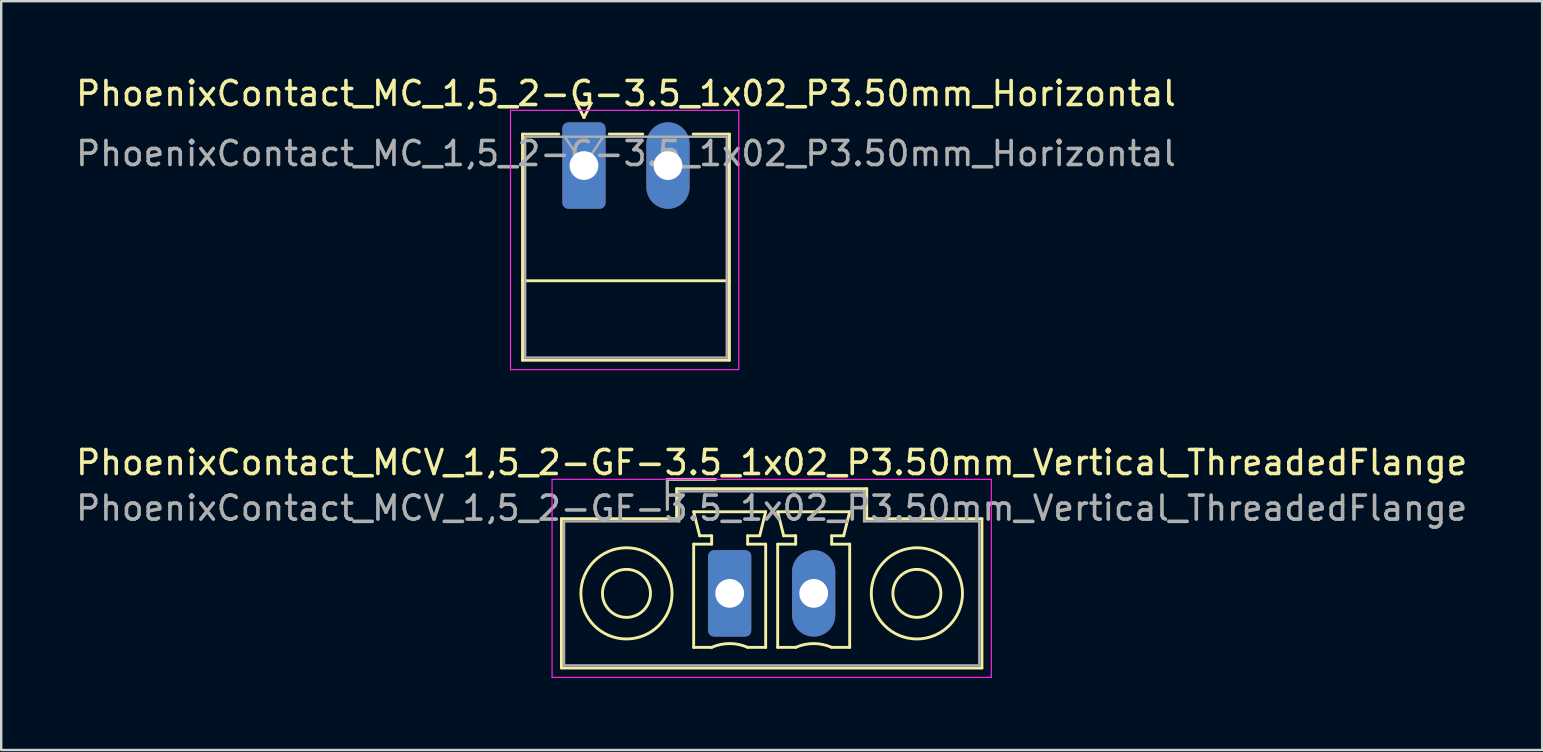
<source format=kicad_pcb>
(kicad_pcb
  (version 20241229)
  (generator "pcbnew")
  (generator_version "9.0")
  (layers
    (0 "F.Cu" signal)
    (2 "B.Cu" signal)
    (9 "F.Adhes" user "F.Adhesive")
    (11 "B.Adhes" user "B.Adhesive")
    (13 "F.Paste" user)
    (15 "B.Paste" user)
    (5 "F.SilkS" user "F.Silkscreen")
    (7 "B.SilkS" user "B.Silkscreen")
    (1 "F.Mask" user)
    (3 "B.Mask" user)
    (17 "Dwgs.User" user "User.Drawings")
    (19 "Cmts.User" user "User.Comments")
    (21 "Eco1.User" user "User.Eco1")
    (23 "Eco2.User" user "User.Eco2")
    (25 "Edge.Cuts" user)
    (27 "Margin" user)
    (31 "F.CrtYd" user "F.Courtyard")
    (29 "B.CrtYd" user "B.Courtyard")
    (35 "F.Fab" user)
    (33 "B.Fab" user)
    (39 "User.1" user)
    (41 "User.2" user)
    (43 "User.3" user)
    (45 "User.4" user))
  (footprint "PhoenixContact_MCV_1,5_2-GF-3.5_1x02_P3.50mm_Vertical_ThreadedFlange"
    (layer "F.Cu")
    (at 27.351 21.672)
    (property "Reference" "PhoenixContact_MCV_1,5_2-GF-3.5_1x02_P3.50mm_Vertical_ThreadedFlange" (at 1.75 -5.45 0) (layer "F.SilkS") (effects (font (size 1 1) (thickness 0.15))))
    (attr through_hole)
    (fp_line (start -7.01 -3.11) (end -7.01 3.11) (stroke (width 0.12) (type solid)) (layer "F.SilkS"))
    (fp_line (start -7.01 3.11) (end 10.51 3.11) (stroke (width 0.12) (type solid)) (layer "F.SilkS"))
    (fp_line (start -2.6 -4.75) (end -0.6 -4.75) (stroke (width 0.12) (type solid)) (layer "F.SilkS"))
    (fp_line (start -2.6 -3.5) (end -2.6 -4.75) (stroke (width 0.12) (type solid)) (layer "F.SilkS"))
    (fp_line (start -2.21 -4.36) (end -2.21 -3.11) (stroke (width 0.12) (type solid)) (layer "F.SilkS"))
    (fp_line (start -2.21 -3.11) (end -7.01 -3.11) (stroke (width 0.12) (type solid)) (layer "F.SilkS"))
    (fp_line (start -1.5 -3.4) (end 1.5 -3.4) (stroke (width 0.12) (type solid)) (layer "F.SilkS"))
    (fp_line (start -1.5 -2.05) (end -0.75 -2.05) (stroke (width 0.12) (type solid)) (layer "F.SilkS"))
    (fp_line (start -1.5 2.25) (end -1.5 -2.05) (stroke (width 0.12) (type solid)) (layer "F.SilkS"))
    (fp_line (start -1.25 -2.4) (end -1.5 -3.4) (stroke (width 0.12) (type solid)) (layer "F.SilkS"))
    (fp_line (start -0.75 -2.4) (end -1.25 -2.4) (stroke (width 0.12) (type solid)) (layer "F.SilkS"))
    (fp_line (start -0.75 -2.05) (end -0.75 -2.4) (stroke (width 0.12) (type solid)) (layer "F.SilkS"))
    (fp_line (start -0.75 2.25) (end -1.5 2.25) (stroke (width 0.12) (type solid)) (layer "F.SilkS"))
    (fp_line (start 0.75 -2.4) (end 0.75 -2.05) (stroke (width 0.12) (type solid)) (layer "F.SilkS"))
    (fp_line (start 0.75 -2.05) (end 1.5 -2.05) (stroke (width 0.12) (type solid)) (layer "F.SilkS"))
    (fp_line (start 1.25 -2.4) (end 0.75 -2.4) (stroke (width 0.12) (type solid)) (layer "F.SilkS"))
    (fp_line (start 1.5 -3.4) (end 1.25 -2.4) (stroke (width 0.12) (type solid)) (layer "F.SilkS"))
    (fp_line (start 1.5 -2.05) (end 1.5 2.25) (stroke (width 0.12) (type solid)) (layer "F.SilkS"))
    (fp_line (start 1.5 2.25) (end 0.75 2.25) (stroke (width 0.12) (type solid)) (layer "F.SilkS"))
    (fp_line (start 2 -3.4) (end 5 -3.4) (stroke (width 0.12) (type solid)) (layer "F.SilkS"))
    (fp_line (start 2 -2.05) (end 2.75 -2.05) (stroke (width 0.12) (type solid)) (layer "F.SilkS"))
    (fp_line (start 2 2.25) (end 2 -2.05) (stroke (width 0.12) (type solid)) (layer "F.SilkS"))
    (fp_line (start 2.25 -2.4) (end 2 -3.4) (stroke (width 0.12) (type solid)) (layer "F.SilkS"))
    (fp_line (start 2.75 -2.4) (end 2.25 -2.4) (stroke (width 0.12) (type solid)) (layer "F.SilkS"))
    (fp_line (start 2.75 -2.05) (end 2.75 -2.4) (stroke (width 0.12) (type solid)) (layer "F.SilkS"))
    (fp_line (start 2.75 2.25) (end 2 2.25) (stroke (width 0.12) (type solid)) (layer "F.SilkS"))
    (fp_line (start 4.25 -2.4) (end 4.25 -2.05) (stroke (width 0.12) (type solid)) (layer "F.SilkS"))
    (fp_line (start 4.25 -2.05) (end 5 -2.05) (stroke (width 0.12) (type solid)) (layer "F.SilkS"))
    (fp_line (start 4.75 -2.4) (end 4.25 -2.4) (stroke (width 0.12) (type solid)) (layer "F.SilkS"))
    (fp_line (start 5 -3.4) (end 4.75 -2.4) (stroke (width 0.12) (type solid)) (layer "F.SilkS"))
    (fp_line (start 5 -2.05) (end 5 2.25) (stroke (width 0.12) (type solid)) (layer "F.SilkS"))
    (fp_line (start 5 2.25) (end 4.25 2.25) (stroke (width 0.12) (type solid)) (layer "F.SilkS"))
    (fp_line (start 5.71 -4.36) (end -2.21 -4.36) (stroke (width 0.12) (type solid)) (layer "F.SilkS"))
    (fp_line (start 5.71 -3.11) (end 5.71 -4.36) (stroke (width 0.12) (type solid)) (layer "F.SilkS"))
    (fp_line (start 10.51 -3.11) (end 5.71 -3.11) (stroke (width 0.12) (type solid)) (layer "F.SilkS"))
    (fp_line (start 10.51 3.11) (end 10.51 -3.11) (stroke (width 0.12) (type solid)) (layer "F.SilkS"))
    (fp_arc (start -0.75 2.25) (mid -0.000193 2.09191) (end 0.749647 2.249844) (stroke (width 0.12) (type solid)) (layer "F.SilkS"))
    (fp_arc (start 2.75 2.25) (mid 3.499807 2.09191) (end 4.249647 2.249844) (stroke (width 0.12) (type solid)) (layer "F.SilkS"))
    (fp_circle (center -4.3 0) (end -3.3 0) (stroke (width 0.12) (type solid)) (fill no) (layer "F.SilkS"))
    (fp_circle (center -4.3 0) (end -2.4 0) (stroke (width 0.12) (type solid)) (fill no) (layer "F.SilkS"))
    (fp_circle (center 7.8 0) (end 8.8 0) (stroke (width 0.12) (type solid)) (fill no) (layer "F.SilkS"))
    (fp_circle (center 7.8 0) (end 9.7 0) (stroke (width 0.12) (type solid)) (fill no) (layer "F.SilkS"))
    (fp_line (start -7.4 -4.75) (end -7.4 3.5) (stroke (width 0.05) (type solid)) (layer "F.CrtYd"))
    (fp_line (start -7.4 3.5) (end 10.9 3.5) (stroke (width 0.05) (type solid)) (layer "F.CrtYd"))
    (fp_line (start 10.9 -4.75) (end -7.4 -4.75) (stroke (width 0.05) (type solid)) (layer "F.CrtYd"))
    (fp_line (start 10.9 3.5) (end 10.9 -4.75) (stroke (width 0.05) (type solid)) (layer "F.CrtYd"))
    (fp_line (start -6.9 -3) (end -6.9 3) (stroke (width 0.1) (type solid)) (layer "F.Fab"))
    (fp_line (start -6.9 3) (end 10.4 3) (stroke (width 0.1) (type solid)) (layer "F.Fab"))
    (fp_line (start -2.6 -4.75) (end -0.6 -4.75) (stroke (width 0.1) (type solid)) (layer "F.Fab"))
    (fp_line (start -2.6 -3.5) (end -2.6 -4.75) (stroke (width 0.1) (type solid)) (layer "F.Fab"))
    (fp_line (start -2.1 -4.25) (end -2.1 -3) (stroke (width 0.1) (type solid)) (layer "F.Fab"))
    (fp_line (start -2.1 -3) (end -6.9 -3) (stroke (width 0.1) (type solid)) (layer "F.Fab"))
    (fp_line (start 5.6 -4.25) (end -2.1 -4.25) (stroke (width 0.1) (type solid)) (layer "F.Fab"))
    (fp_line (start 5.6 -3) (end 5.6 -4.25) (stroke (width 0.1) (type solid)) (layer "F.Fab"))
    (fp_line (start 10.4 -3) (end 5.6 -3) (stroke (width 0.1) (type solid)) (layer "F.Fab"))
    (fp_line (start 10.4 3) (end 10.4 -3) (stroke (width 0.1) (type solid)) (layer "F.Fab"))
    (fp_text user "${REFERENCE}" (at 1.75 -3.55 0) (layer "F.Fab") (effects (font (size 1 1) (thickness 0.15))))
    (pad "1" thru_hole roundrect (at 0 0) (size 1.8 3.6) (drill 1.2) (layers "*.Cu" "*.Mask") (roundrect_rratio 0.139))
    (pad "2" thru_hole oval (at 3.5 0) (size 1.8 3.6) (drill 1.2) (layers "*.Cu" "*.Mask")))
  (footprint "PhoenixContact_MC_1,5_2-G-3.5_1x02_P3.50mm_Horizontal"
    (layer "F.Cu")
    (at 21.28 3.848)
    (property "Reference" "PhoenixContact_MC_1,5_2-G-3.5_1x02_P3.50mm_Horizontal" (at 1.75 -3 0) (layer "F.SilkS") (effects (font (size 1 1) (thickness 0.15))))
    (attr through_hole)
    (fp_line (start -2.56 -1.31) (end -2.56 8.11) (stroke (width 0.12) (type solid)) (layer "F.SilkS"))
    (fp_line (start -2.56 -1.31) (end -1.05 -1.31) (stroke (width 0.12) (type solid)) (layer "F.SilkS"))
    (fp_line (start -2.56 4.8) (end 6.06 4.8) (stroke (width 0.12) (type solid)) (layer "F.SilkS"))
    (fp_line (start -2.56 8.11) (end 6.06 8.11) (stroke (width 0.12) (type solid)) (layer "F.SilkS"))
    (fp_line (start -0.3 -2.6) (end 0.3 -2.6) (stroke (width 0.12) (type solid)) (layer "F.SilkS"))
    (fp_line (start 0 -2) (end -0.3 -2.6) (stroke (width 0.12) (type solid)) (layer "F.SilkS"))
    (fp_line (start 0.3 -2.6) (end 0 -2) (stroke (width 0.12) (type solid)) (layer "F.SilkS"))
    (fp_line (start 1.05 -1.31) (end 2.45 -1.31) (stroke (width 0.12) (type solid)) (layer "F.SilkS"))
    (fp_line (start 6.06 -1.31) (end 4.55 -1.31) (stroke (width 0.12) (type solid)) (layer "F.SilkS"))
    (fp_line (start 6.06 8.11) (end 6.06 -1.31) (stroke (width 0.12) (type solid)) (layer "F.SilkS"))
    (fp_line (start -3.06 -2.3) (end -3.06 8.5) (stroke (width 0.05) (type solid)) (layer "F.CrtYd"))
    (fp_line (start -3.06 8.5) (end 6.45 8.5) (stroke (width 0.05) (type solid)) (layer "F.CrtYd"))
    (fp_line (start 6.45 -2.3) (end -3.06 -2.3) (stroke (width 0.05) (type solid)) (layer "F.CrtYd"))
    (fp_line (start 6.45 8.5) (end 6.45 -2.3) (stroke (width 0.05) (type solid)) (layer "F.CrtYd"))
    (fp_line (start -2.45 -1.2) (end -2.45 8) (stroke (width 0.1) (type solid)) (layer "F.Fab"))
    (fp_line (start -2.45 8) (end 5.95 8) (stroke (width 0.1) (type solid)) (layer "F.Fab"))
    (fp_line (start 0 0) (end -0.8 -1.2) (stroke (width 0.1) (type solid)) (layer "F.Fab"))
    (fp_line (start 0.8 -1.2) (end 0 0) (stroke (width 0.1) (type solid)) (layer "F.Fab"))
    (fp_line (start 5.95 -1.2) (end -2.45 -1.2) (stroke (width 0.1) (type solid)) (layer "F.Fab"))
    (fp_line (start 5.95 8) (end 5.95 -1.2) (stroke (width 0.1) (type solid)) (layer "F.Fab"))
    (fp_text user "${REFERENCE}" (at 1.75 -0.5 0) (layer "F.Fab") (effects (font (size 1 1) (thickness 0.15))))
    (pad "1" thru_hole roundrect (at 0 0) (size 1.8 3.6) (drill 1.2) (layers "*.Cu" "*.Mask") (roundrect_rratio 0.139))
    (pad "2" thru_hole oval (at 3.5 0) (size 1.8 3.6) (drill 1.2) (layers "*.Cu" "*.Mask")))
  (gr_rect
    (start -3 -3)
    (end 61.202 28.197)
    (stroke (width 0.1) (type default))
    (fill no)
    (layer "Edge.Cuts")))
</source>
